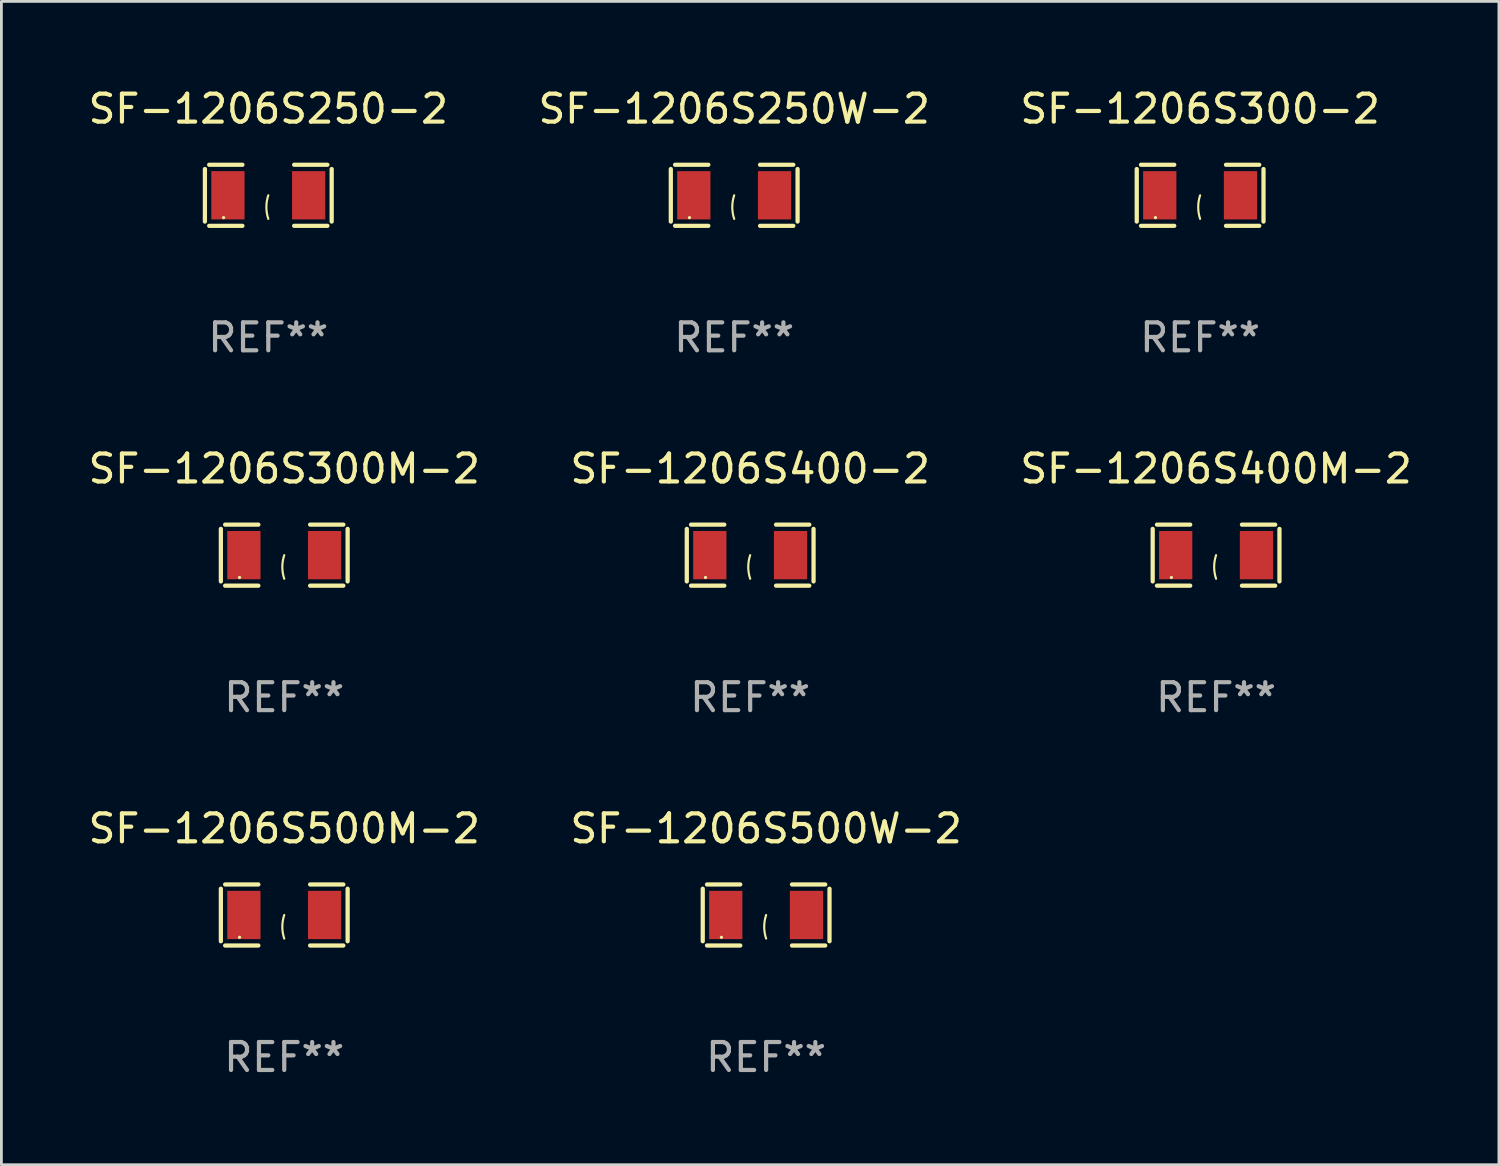
<source format=kicad_pcb>
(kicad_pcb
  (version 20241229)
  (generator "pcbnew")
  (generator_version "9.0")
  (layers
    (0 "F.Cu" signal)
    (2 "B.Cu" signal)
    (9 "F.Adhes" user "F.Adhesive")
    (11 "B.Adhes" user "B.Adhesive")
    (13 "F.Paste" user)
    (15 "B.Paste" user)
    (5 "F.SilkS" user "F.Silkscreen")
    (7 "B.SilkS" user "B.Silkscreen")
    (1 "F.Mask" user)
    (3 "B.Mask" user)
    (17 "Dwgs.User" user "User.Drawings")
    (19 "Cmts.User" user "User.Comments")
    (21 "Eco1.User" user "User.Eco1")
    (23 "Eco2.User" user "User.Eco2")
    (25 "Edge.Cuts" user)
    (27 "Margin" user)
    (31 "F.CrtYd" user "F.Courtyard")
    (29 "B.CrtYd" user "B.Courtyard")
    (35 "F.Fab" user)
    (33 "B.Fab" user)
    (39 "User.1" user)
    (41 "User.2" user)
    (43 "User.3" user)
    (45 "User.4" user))
  (footprint "SF-1206S500M-2"
    (layer "F.Cu")
    (at 7.125 29.704)
    (property "Reference" "SF-1206S500M-2" (at 0 -3.093 0) (layer "F.SilkS") (effects (font (size 1 1) (thickness 0.15))))
    (attr through_hole)
    (fp_line (start -2.269 -0.94) (end -2.269 0.94) (stroke (width 0.152) (type solid)) (layer "F.SilkS"))
    (fp_line (start -2.116 1.093) (end -0.926 1.093) (stroke (width 0.152) (type solid)) (layer "F.SilkS"))
    (fp_line (start -0.926 -1.093) (end -2.116 -1.093) (stroke (width 0.152) (type solid)) (layer "F.SilkS"))
    (fp_line (start 0.926 -1.093) (end 2.116 -1.093) (stroke (width 0.152) (type solid)) (layer "F.SilkS"))
    (fp_line (start 2.116 1.093) (end 0.926 1.093) (stroke (width 0.152) (type solid)) (layer "F.SilkS"))
    (fp_line (start 2.269 -0.94) (end 2.269 0.94) (stroke (width 0.152) (type solid)) (layer "F.SilkS"))
    (fp_arc (start 0 0.844951) (mid -0.068559 0.422475) (end 0 0) (stroke (width 0.0762) (type solid)) (layer "F.SilkS"))
    (fp_circle (center -1.6 0.8) (end -1.57 0.8) (stroke (width 0.06) (type solid)) (fill no) (layer "F.SilkS"))
    (fp_text user "REF**" (at 0 5.093 0) (layer "F.Fab") (effects (font (size 1 1) (thickness 0.15))))
    (pad "1" smd rect (at -1.445 0) (size 1.19 1.728) (layers "F.Cu" "F.Mask" "F.Paste"))
    (pad "2" smd rect (at 1.445 0) (size 1.19 1.728) (layers "F.Cu" "F.Mask" "F.Paste")))
  (footprint "SF-1206S400M-2"
    (layer "F.Cu")
    (at 40.482 16.823)
    (property "Reference" "SF-1206S400M-2" (at 0 -3.093 0) (layer "F.SilkS") (effects (font (size 1 1) (thickness 0.15))))
    (attr through_hole)
    (fp_line (start -2.269 -0.94) (end -2.269 0.94) (stroke (width 0.152) (type solid)) (layer "F.SilkS"))
    (fp_line (start -2.116 1.093) (end -0.926 1.093) (stroke (width 0.152) (type solid)) (layer "F.SilkS"))
    (fp_line (start -0.926 -1.093) (end -2.116 -1.093) (stroke (width 0.152) (type solid)) (layer "F.SilkS"))
    (fp_line (start 0.926 -1.093) (end 2.116 -1.093) (stroke (width 0.152) (type solid)) (layer "F.SilkS"))
    (fp_line (start 2.116 1.093) (end 0.926 1.093) (stroke (width 0.152) (type solid)) (layer "F.SilkS"))
    (fp_line (start 2.269 -0.94) (end 2.269 0.94) (stroke (width 0.152) (type solid)) (layer "F.SilkS"))
    (fp_arc (start 0 0.844951) (mid -0.068559 0.422475) (end 0 0) (stroke (width 0.0762) (type solid)) (layer "F.SilkS"))
    (fp_circle (center -1.6 0.8) (end -1.57 0.8) (stroke (width 0.06) (type solid)) (fill no) (layer "F.SilkS"))
    (fp_text user "REF**" (at 0 5.093 0) (layer "F.Fab") (effects (font (size 1 1) (thickness 0.15))))
    (pad "1" smd rect (at -1.445 0) (size 1.19 1.728) (layers "F.Cu" "F.Mask" "F.Paste"))
    (pad "2" smd rect (at 1.445 0) (size 1.19 1.728) (layers "F.Cu" "F.Mask" "F.Paste")))
  (footprint "SF-1206S250W-2"
    (layer "F.Cu")
    (at 23.232 3.941)
    (property "Reference" "SF-1206S250W-2" (at 0 -3.093 0) (layer "F.SilkS") (effects (font (size 1 1) (thickness 0.15))))
    (attr through_hole)
    (fp_line (start -2.269 -0.94) (end -2.269 0.94) (stroke (width 0.152) (type solid)) (layer "F.SilkS"))
    (fp_line (start -2.116 1.093) (end -0.926 1.093) (stroke (width 0.152) (type solid)) (layer "F.SilkS"))
    (fp_line (start -0.926 -1.093) (end -2.116 -1.093) (stroke (width 0.152) (type solid)) (layer "F.SilkS"))
    (fp_line (start 0.926 -1.093) (end 2.116 -1.093) (stroke (width 0.152) (type solid)) (layer "F.SilkS"))
    (fp_line (start 2.116 1.093) (end 0.926 1.093) (stroke (width 0.152) (type solid)) (layer "F.SilkS"))
    (fp_line (start 2.269 -0.94) (end 2.269 0.94) (stroke (width 0.152) (type solid)) (layer "F.SilkS"))
    (fp_arc (start 0 0.844951) (mid -0.068559 0.422475) (end 0 0) (stroke (width 0.0762) (type solid)) (layer "F.SilkS"))
    (fp_circle (center -1.6 0.8) (end -1.57 0.8) (stroke (width 0.06) (type solid)) (fill no) (layer "F.SilkS"))
    (fp_text user "REF**" (at 0 5.093 0) (layer "F.Fab") (effects (font (size 1 1) (thickness 0.15))))
    (pad "1" smd rect (at -1.445 0) (size 1.19 1.728) (layers "F.Cu" "F.Mask" "F.Paste"))
    (pad "2" smd rect (at 1.445 0) (size 1.19 1.728) (layers "F.Cu" "F.Mask" "F.Paste")))
  (footprint "SF-1206S250-2"
    (layer "F.Cu")
    (at 6.554 3.941)
    (property "Reference" "SF-1206S250-2" (at 0 -3.093 0) (layer "F.SilkS") (effects (font (size 1 1) (thickness 0.15))))
    (attr through_hole)
    (fp_line (start -2.269 -0.94) (end -2.269 0.94) (stroke (width 0.152) (type solid)) (layer "F.SilkS"))
    (fp_line (start -2.116 1.093) (end -0.926 1.093) (stroke (width 0.152) (type solid)) (layer "F.SilkS"))
    (fp_line (start -0.926 -1.093) (end -2.116 -1.093) (stroke (width 0.152) (type solid)) (layer "F.SilkS"))
    (fp_line (start 0.926 -1.093) (end 2.116 -1.093) (stroke (width 0.152) (type solid)) (layer "F.SilkS"))
    (fp_line (start 2.116 1.093) (end 0.926 1.093) (stroke (width 0.152) (type solid)) (layer "F.SilkS"))
    (fp_line (start 2.269 -0.94) (end 2.269 0.94) (stroke (width 0.152) (type solid)) (layer "F.SilkS"))
    (fp_arc (start 0 0.844951) (mid -0.068559 0.422475) (end 0 0) (stroke (width 0.0762) (type solid)) (layer "F.SilkS"))
    (fp_circle (center -1.6 0.8) (end -1.57 0.8) (stroke (width 0.06) (type solid)) (fill no) (layer "F.SilkS"))
    (fp_text user "REF**" (at 0 5.093 0) (layer "F.Fab") (effects (font (size 1 1) (thickness 0.15))))
    (pad "1" smd rect (at -1.445 0) (size 1.19 1.728) (layers "F.Cu" "F.Mask" "F.Paste"))
    (pad "2" smd rect (at 1.445 0) (size 1.19 1.728) (layers "F.Cu" "F.Mask" "F.Paste")))
  (footprint "SF-1206S400-2"
    (layer "F.Cu")
    (at 23.804 16.823)
    (property "Reference" "SF-1206S400-2" (at 0 -3.093 0) (layer "F.SilkS") (effects (font (size 1 1) (thickness 0.15))))
    (attr through_hole)
    (fp_line (start -2.269 -0.94) (end -2.269 0.94) (stroke (width 0.152) (type solid)) (layer "F.SilkS"))
    (fp_line (start -2.116 1.093) (end -0.926 1.093) (stroke (width 0.152) (type solid)) (layer "F.SilkS"))
    (fp_line (start -0.926 -1.093) (end -2.116 -1.093) (stroke (width 0.152) (type solid)) (layer "F.SilkS"))
    (fp_line (start 0.926 -1.093) (end 2.116 -1.093) (stroke (width 0.152) (type solid)) (layer "F.SilkS"))
    (fp_line (start 2.116 1.093) (end 0.926 1.093) (stroke (width 0.152) (type solid)) (layer "F.SilkS"))
    (fp_line (start 2.269 -0.94) (end 2.269 0.94) (stroke (width 0.152) (type solid)) (layer "F.SilkS"))
    (fp_arc (start 0 0.844951) (mid -0.068559 0.422475) (end 0 0) (stroke (width 0.0762) (type solid)) (layer "F.SilkS"))
    (fp_circle (center -1.6 0.8) (end -1.57 0.8) (stroke (width 0.06) (type solid)) (fill no) (layer "F.SilkS"))
    (fp_text user "REF**" (at 0 5.093 0) (layer "F.Fab") (effects (font (size 1 1) (thickness 0.15))))
    (pad "1" smd rect (at -1.445 0) (size 1.19 1.728) (layers "F.Cu" "F.Mask" "F.Paste"))
    (pad "2" smd rect (at 1.445 0) (size 1.19 1.728) (layers "F.Cu" "F.Mask" "F.Paste")))
  (footprint "SF-1206S300-2"
    (layer "F.Cu")
    (at 39.911 3.941)
    (property "Reference" "SF-1206S300-2" (at 0 -3.093 0) (layer "F.SilkS") (effects (font (size 1 1) (thickness 0.15))))
    (attr through_hole)
    (fp_line (start -2.269 -0.94) (end -2.269 0.94) (stroke (width 0.152) (type solid)) (layer "F.SilkS"))
    (fp_line (start -2.116 1.093) (end -0.926 1.093) (stroke (width 0.152) (type solid)) (layer "F.SilkS"))
    (fp_line (start -0.926 -1.093) (end -2.116 -1.093) (stroke (width 0.152) (type solid)) (layer "F.SilkS"))
    (fp_line (start 0.926 -1.093) (end 2.116 -1.093) (stroke (width 0.152) (type solid)) (layer "F.SilkS"))
    (fp_line (start 2.116 1.093) (end 0.926 1.093) (stroke (width 0.152) (type solid)) (layer "F.SilkS"))
    (fp_line (start 2.269 -0.94) (end 2.269 0.94) (stroke (width 0.152) (type solid)) (layer "F.SilkS"))
    (fp_arc (start 0 0.844951) (mid -0.068559 0.422475) (end 0 0) (stroke (width 0.0762) (type solid)) (layer "F.SilkS"))
    (fp_circle (center -1.6 0.8) (end -1.57 0.8) (stroke (width 0.06) (type solid)) (fill no) (layer "F.SilkS"))
    (fp_text user "REF**" (at 0 5.093 0) (layer "F.Fab") (effects (font (size 1 1) (thickness 0.15))))
    (pad "1" smd rect (at -1.445 0) (size 1.19 1.728) (layers "F.Cu" "F.Mask" "F.Paste"))
    (pad "2" smd rect (at 1.445 0) (size 1.19 1.728) (layers "F.Cu" "F.Mask" "F.Paste")))
  (footprint "SF-1206S300M-2"
    (layer "F.Cu")
    (at 7.125 16.823)
    (property "Reference" "SF-1206S300M-2" (at 0 -3.093 0) (layer "F.SilkS") (effects (font (size 1 1) (thickness 0.15))))
    (attr through_hole)
    (fp_line (start -2.269 -0.94) (end -2.269 0.94) (stroke (width 0.152) (type solid)) (layer "F.SilkS"))
    (fp_line (start -2.116 1.093) (end -0.926 1.093) (stroke (width 0.152) (type solid)) (layer "F.SilkS"))
    (fp_line (start -0.926 -1.093) (end -2.116 -1.093) (stroke (width 0.152) (type solid)) (layer "F.SilkS"))
    (fp_line (start 0.926 -1.093) (end 2.116 -1.093) (stroke (width 0.152) (type solid)) (layer "F.SilkS"))
    (fp_line (start 2.116 1.093) (end 0.926 1.093) (stroke (width 0.152) (type solid)) (layer "F.SilkS"))
    (fp_line (start 2.269 -0.94) (end 2.269 0.94) (stroke (width 0.152) (type solid)) (layer "F.SilkS"))
    (fp_arc (start 0 0.844951) (mid -0.068559 0.422475) (end 0 0) (stroke (width 0.0762) (type solid)) (layer "F.SilkS"))
    (fp_circle (center -1.6 0.8) (end -1.57 0.8) (stroke (width 0.06) (type solid)) (fill no) (layer "F.SilkS"))
    (fp_text user "REF**" (at 0 5.093 0) (layer "F.Fab") (effects (font (size 1 1) (thickness 0.15))))
    (pad "1" smd rect (at -1.445 0) (size 1.19 1.728) (layers "F.Cu" "F.Mask" "F.Paste"))
    (pad "2" smd rect (at 1.445 0) (size 1.19 1.728) (layers "F.Cu" "F.Mask" "F.Paste")))
  (footprint "SF-1206S500W-2"
    (layer "F.Cu")
    (at 24.375 29.704)
    (property "Reference" "SF-1206S500W-2" (at 0 -3.093 0) (layer "F.SilkS") (effects (font (size 1 1) (thickness 0.15))))
    (attr through_hole)
    (fp_line (start -2.269 -0.94) (end -2.269 0.94) (stroke (width 0.152) (type solid)) (layer "F.SilkS"))
    (fp_line (start -2.116 1.093) (end -0.926 1.093) (stroke (width 0.152) (type solid)) (layer "F.SilkS"))
    (fp_line (start -0.926 -1.093) (end -2.116 -1.093) (stroke (width 0.152) (type solid)) (layer "F.SilkS"))
    (fp_line (start 0.926 -1.093) (end 2.116 -1.093) (stroke (width 0.152) (type solid)) (layer "F.SilkS"))
    (fp_line (start 2.116 1.093) (end 0.926 1.093) (stroke (width 0.152) (type solid)) (layer "F.SilkS"))
    (fp_line (start 2.269 -0.94) (end 2.269 0.94) (stroke (width 0.152) (type solid)) (layer "F.SilkS"))
    (fp_arc (start 0 0.844951) (mid -0.068559 0.422475) (end 0 0) (stroke (width 0.0762) (type solid)) (layer "F.SilkS"))
    (fp_circle (center -1.6 0.8) (end -1.57 0.8) (stroke (width 0.06) (type solid)) (fill no) (layer "F.SilkS"))
    (fp_text user "REF**" (at 0 5.093 0) (layer "F.Fab") (effects (font (size 1 1) (thickness 0.15))))
    (pad "1" smd rect (at -1.445 0) (size 1.19 1.728) (layers "F.Cu" "F.Mask" "F.Paste"))
    (pad "2" smd rect (at 1.445 0) (size 1.19 1.728) (layers "F.Cu" "F.Mask" "F.Paste")))
  (gr_rect
    (start -3 -3)
    (end 50.607 38.645)
    (stroke (width 0.1) (type default))
    (fill no)
    (layer "Edge.Cuts")))
</source>
